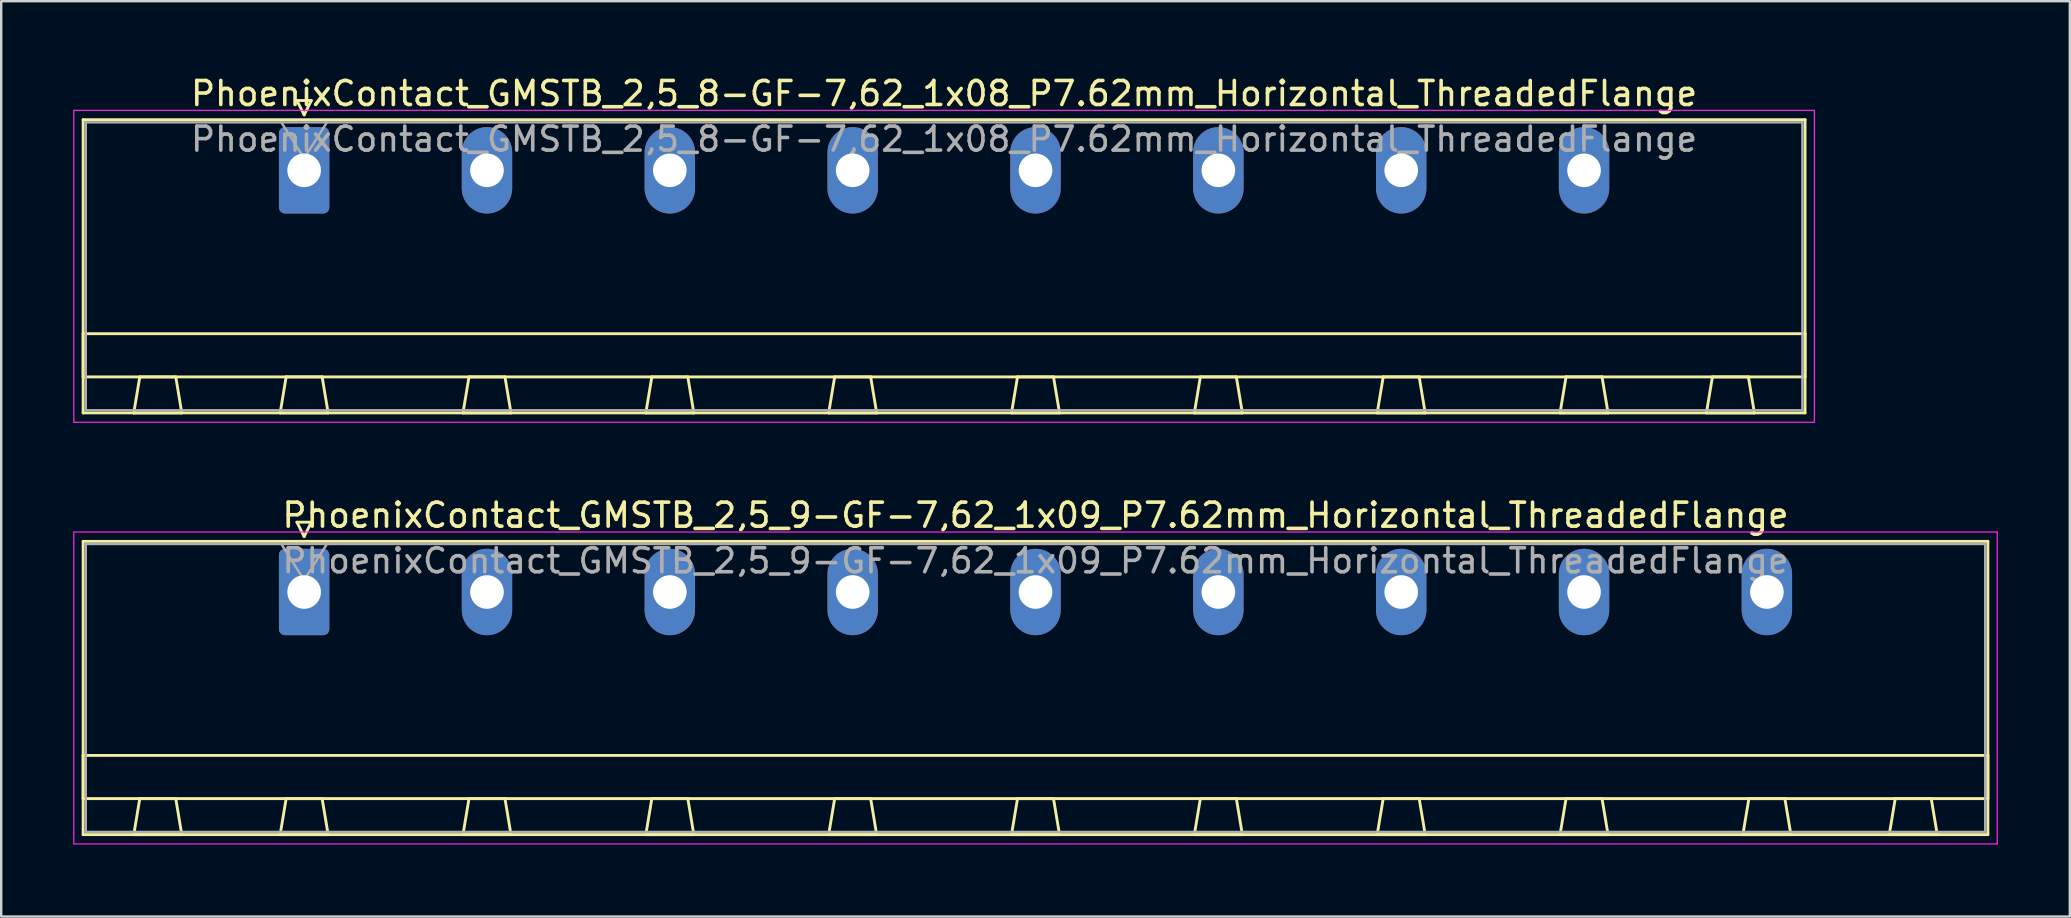
<source format=kicad_pcb>
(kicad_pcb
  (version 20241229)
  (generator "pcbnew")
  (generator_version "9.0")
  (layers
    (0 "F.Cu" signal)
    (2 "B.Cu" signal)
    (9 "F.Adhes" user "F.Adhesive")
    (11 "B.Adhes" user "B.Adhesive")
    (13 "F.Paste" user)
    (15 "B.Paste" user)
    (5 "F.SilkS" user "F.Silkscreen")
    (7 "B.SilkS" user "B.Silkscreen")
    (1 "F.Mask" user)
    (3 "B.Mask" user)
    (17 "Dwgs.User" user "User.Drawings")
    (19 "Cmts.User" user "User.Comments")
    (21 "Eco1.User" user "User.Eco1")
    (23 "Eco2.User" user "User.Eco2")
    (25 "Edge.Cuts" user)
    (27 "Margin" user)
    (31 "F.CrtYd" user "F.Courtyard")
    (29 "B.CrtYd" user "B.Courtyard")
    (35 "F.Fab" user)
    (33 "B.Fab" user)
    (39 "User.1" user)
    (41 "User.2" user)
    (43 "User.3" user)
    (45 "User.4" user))
  (footprint "PhoenixContact_GMSTB_2,5_8-GF-7,62_1x08_P7.62mm_Horizontal_ThreadedFlange"
    (layer "F.Cu")
    (at 9.625 4.048)
    (property "Reference" "PhoenixContact_GMSTB_2,5_8-GF-7,62_1x08_P7.62mm_Horizontal_ThreadedFlange" (at 26.67 -3.2 0) (layer "F.SilkS") (effects (font (size 1 1) (thickness 0.15))))
    (attr through_hole)
    (fp_line (start -9.21 -2.11) (end -9.21 10.11) (stroke (width 0.12) (type solid)) (layer "F.SilkS"))
    (fp_line (start -9.21 6.81) (end 62.55 6.81) (stroke (width 0.12) (type solid)) (layer "F.SilkS"))
    (fp_line (start -9.21 8.61) (end -9.21 6.81) (stroke (width 0.12) (type solid)) (layer "F.SilkS"))
    (fp_line (start -9.21 10.11) (end 62.55 10.11) (stroke (width 0.12) (type solid)) (layer "F.SilkS"))
    (fp_line (start -7.1 10.11) (end -5.1 10.11) (stroke (width 0.12) (type solid)) (layer "F.SilkS"))
    (fp_line (start -6.85 8.61) (end -7.1 10.11) (stroke (width 0.12) (type solid)) (layer "F.SilkS"))
    (fp_line (start -5.35 8.61) (end -6.85 8.61) (stroke (width 0.12) (type solid)) (layer "F.SilkS"))
    (fp_line (start -5.1 10.11) (end -5.35 8.61) (stroke (width 0.12) (type solid)) (layer "F.SilkS"))
    (fp_line (start -1 10.11) (end 1 10.11) (stroke (width 0.12) (type solid)) (layer "F.SilkS"))
    (fp_line (start -0.75 8.61) (end -1 10.11) (stroke (width 0.12) (type solid)) (layer "F.SilkS"))
    (fp_line (start -0.3 -2.91) (end 0.3 -2.91) (stroke (width 0.12) (type solid)) (layer "F.SilkS"))
    (fp_line (start 0 -2.31) (end -0.3 -2.91) (stroke (width 0.12) (type solid)) (layer "F.SilkS"))
    (fp_line (start 0.3 -2.91) (end 0 -2.31) (stroke (width 0.12) (type solid)) (layer "F.SilkS"))
    (fp_line (start 0.75 8.61) (end -0.75 8.61) (stroke (width 0.12) (type solid)) (layer "F.SilkS"))
    (fp_line (start 1 10.11) (end 0.75 8.61) (stroke (width 0.12) (type solid)) (layer "F.SilkS"))
    (fp_line (start 6.62 10.11) (end 8.62 10.11) (stroke (width 0.12) (type solid)) (layer "F.SilkS"))
    (fp_line (start 6.87 8.61) (end 6.62 10.11) (stroke (width 0.12) (type solid)) (layer "F.SilkS"))
    (fp_line (start 8.37 8.61) (end 6.87 8.61) (stroke (width 0.12) (type solid)) (layer "F.SilkS"))
    (fp_line (start 8.62 10.11) (end 8.37 8.61) (stroke (width 0.12) (type solid)) (layer "F.SilkS"))
    (fp_line (start 14.24 10.11) (end 16.24 10.11) (stroke (width 0.12) (type solid)) (layer "F.SilkS"))
    (fp_line (start 14.49 8.61) (end 14.24 10.11) (stroke (width 0.12) (type solid)) (layer "F.SilkS"))
    (fp_line (start 15.99 8.61) (end 14.49 8.61) (stroke (width 0.12) (type solid)) (layer "F.SilkS"))
    (fp_line (start 16.24 10.11) (end 15.99 8.61) (stroke (width 0.12) (type solid)) (layer "F.SilkS"))
    (fp_line (start 21.86 10.11) (end 23.86 10.11) (stroke (width 0.12) (type solid)) (layer "F.SilkS"))
    (fp_line (start 22.11 8.61) (end 21.86 10.11) (stroke (width 0.12) (type solid)) (layer "F.SilkS"))
    (fp_line (start 23.61 8.61) (end 22.11 8.61) (stroke (width 0.12) (type solid)) (layer "F.SilkS"))
    (fp_line (start 23.86 10.11) (end 23.61 8.61) (stroke (width 0.12) (type solid)) (layer "F.SilkS"))
    (fp_line (start 29.48 10.11) (end 31.48 10.11) (stroke (width 0.12) (type solid)) (layer "F.SilkS"))
    (fp_line (start 29.73 8.61) (end 29.48 10.11) (stroke (width 0.12) (type solid)) (layer "F.SilkS"))
    (fp_line (start 31.23 8.61) (end 29.73 8.61) (stroke (width 0.12) (type solid)) (layer "F.SilkS"))
    (fp_line (start 31.48 10.11) (end 31.23 8.61) (stroke (width 0.12) (type solid)) (layer "F.SilkS"))
    (fp_line (start 37.1 10.11) (end 39.1 10.11) (stroke (width 0.12) (type solid)) (layer "F.SilkS"))
    (fp_line (start 37.35 8.61) (end 37.1 10.11) (stroke (width 0.12) (type solid)) (layer "F.SilkS"))
    (fp_line (start 38.85 8.61) (end 37.35 8.61) (stroke (width 0.12) (type solid)) (layer "F.SilkS"))
    (fp_line (start 39.1 10.11) (end 38.85 8.61) (stroke (width 0.12) (type solid)) (layer "F.SilkS"))
    (fp_line (start 44.72 10.11) (end 46.72 10.11) (stroke (width 0.12) (type solid)) (layer "F.SilkS"))
    (fp_line (start 44.97 8.61) (end 44.72 10.11) (stroke (width 0.12) (type solid)) (layer "F.SilkS"))
    (fp_line (start 46.47 8.61) (end 44.97 8.61) (stroke (width 0.12) (type solid)) (layer "F.SilkS"))
    (fp_line (start 46.72 10.11) (end 46.47 8.61) (stroke (width 0.12) (type solid)) (layer "F.SilkS"))
    (fp_line (start 52.34 10.11) (end 54.34 10.11) (stroke (width 0.12) (type solid)) (layer "F.SilkS"))
    (fp_line (start 52.59 8.61) (end 52.34 10.11) (stroke (width 0.12) (type solid)) (layer "F.SilkS"))
    (fp_line (start 54.09 8.61) (end 52.59 8.61) (stroke (width 0.12) (type solid)) (layer "F.SilkS"))
    (fp_line (start 54.34 10.11) (end 54.09 8.61) (stroke (width 0.12) (type solid)) (layer "F.SilkS"))
    (fp_line (start 58.44 10.11) (end 60.44 10.11) (stroke (width 0.12) (type solid)) (layer "F.SilkS"))
    (fp_line (start 58.69 8.61) (end 58.44 10.11) (stroke (width 0.12) (type solid)) (layer "F.SilkS"))
    (fp_line (start 60.19 8.61) (end 58.69 8.61) (stroke (width 0.12) (type solid)) (layer "F.SilkS"))
    (fp_line (start 60.44 10.11) (end 60.19 8.61) (stroke (width 0.12) (type solid)) (layer "F.SilkS"))
    (fp_line (start 62.55 -2.11) (end -9.21 -2.11) (stroke (width 0.12) (type solid)) (layer "F.SilkS"))
    (fp_line (start 62.55 6.81) (end 62.55 8.61) (stroke (width 0.12) (type solid)) (layer "F.SilkS"))
    (fp_line (start 62.55 8.61) (end -9.21 8.61) (stroke (width 0.12) (type solid)) (layer "F.SilkS"))
    (fp_line (start 62.55 10.11) (end 62.55 -2.11) (stroke (width 0.12) (type solid)) (layer "F.SilkS"))
    (fp_line (start -9.6 -2.5) (end -9.6 10.5) (stroke (width 0.05) (type solid)) (layer "F.CrtYd"))
    (fp_line (start -9.6 10.5) (end 62.94 10.5) (stroke (width 0.05) (type solid)) (layer "F.CrtYd"))
    (fp_line (start 62.94 -2.5) (end -9.6 -2.5) (stroke (width 0.05) (type solid)) (layer "F.CrtYd"))
    (fp_line (start 62.94 10.5) (end 62.94 -2.5) (stroke (width 0.05) (type solid)) (layer "F.CrtYd"))
    (fp_line (start -9.1 -2) (end -9.1 10) (stroke (width 0.1) (type solid)) (layer "F.Fab"))
    (fp_line (start -9.1 10) (end 62.44 10) (stroke (width 0.1) (type solid)) (layer "F.Fab"))
    (fp_line (start 0 -0.5) (end -0.95 -2) (stroke (width 0.1) (type solid)) (layer "F.Fab"))
    (fp_line (start 0.95 -2) (end 0 -0.5) (stroke (width 0.1) (type solid)) (layer "F.Fab"))
    (fp_line (start 62.44 -2) (end -9.1 -2) (stroke (width 0.1) (type solid)) (layer "F.Fab"))
    (fp_line (start 62.44 10) (end 62.44 -2) (stroke (width 0.1) (type solid)) (layer "F.Fab"))
    (fp_text user "${REFERENCE}" (at 26.67 -1.3 0) (layer "F.Fab") (effects (font (size 1 1) (thickness 0.15))))
    (pad "1" thru_hole roundrect (at 0 0) (size 2.1 3.6) (drill 1.4) (layers "*.Cu" "*.Mask") (roundrect_rratio 0.119))
    (pad "2" thru_hole oval (at 7.62 0) (size 2.1 3.6) (drill 1.4) (layers "*.Cu" "*.Mask"))
    (pad "3" thru_hole oval (at 15.24 0) (size 2.1 3.6) (drill 1.4) (layers "*.Cu" "*.Mask"))
    (pad "4" thru_hole oval (at 22.86 0) (size 2.1 3.6) (drill 1.4) (layers "*.Cu" "*.Mask"))
    (pad "5" thru_hole oval (at 30.48 0) (size 2.1 3.6) (drill 1.4) (layers "*.Cu" "*.Mask"))
    (pad "6" thru_hole oval (at 38.1 0) (size 2.1 3.6) (drill 1.4) (layers "*.Cu" "*.Mask"))
    (pad "7" thru_hole oval (at 45.72 0) (size 2.1 3.6) (drill 1.4) (layers "*.Cu" "*.Mask"))
    (pad "8" thru_hole oval (at 53.34 0) (size 2.1 3.6) (drill 1.4) (layers "*.Cu" "*.Mask")))
  (footprint "PhoenixContact_GMSTB_2,5_9-GF-7,62_1x09_P7.62mm_Horizontal_ThreadedFlange"
    (layer "F.Cu")
    (at 9.625 21.622)
    (property "Reference" "PhoenixContact_GMSTB_2,5_9-GF-7,62_1x09_P7.62mm_Horizontal_ThreadedFlange" (at 30.48 -3.2 0) (layer "F.SilkS") (effects (font (size 1 1) (thickness 0.15))))
    (attr through_hole)
    (fp_line (start -9.21 -2.11) (end -9.21 10.11) (stroke (width 0.12) (type solid)) (layer "F.SilkS"))
    (fp_line (start -9.21 6.81) (end 70.17 6.81) (stroke (width 0.12) (type solid)) (layer "F.SilkS"))
    (fp_line (start -9.21 8.61) (end -9.21 6.81) (stroke (width 0.12) (type solid)) (layer "F.SilkS"))
    (fp_line (start -9.21 10.11) (end 70.17 10.11) (stroke (width 0.12) (type solid)) (layer "F.SilkS"))
    (fp_line (start -7.1 10.11) (end -5.1 10.11) (stroke (width 0.12) (type solid)) (layer "F.SilkS"))
    (fp_line (start -6.85 8.61) (end -7.1 10.11) (stroke (width 0.12) (type solid)) (layer "F.SilkS"))
    (fp_line (start -5.35 8.61) (end -6.85 8.61) (stroke (width 0.12) (type solid)) (layer "F.SilkS"))
    (fp_line (start -5.1 10.11) (end -5.35 8.61) (stroke (width 0.12) (type solid)) (layer "F.SilkS"))
    (fp_line (start -1 10.11) (end 1 10.11) (stroke (width 0.12) (type solid)) (layer "F.SilkS"))
    (fp_line (start -0.75 8.61) (end -1 10.11) (stroke (width 0.12) (type solid)) (layer "F.SilkS"))
    (fp_line (start -0.3 -2.91) (end 0.3 -2.91) (stroke (width 0.12) (type solid)) (layer "F.SilkS"))
    (fp_line (start 0 -2.31) (end -0.3 -2.91) (stroke (width 0.12) (type solid)) (layer "F.SilkS"))
    (fp_line (start 0.3 -2.91) (end 0 -2.31) (stroke (width 0.12) (type solid)) (layer "F.SilkS"))
    (fp_line (start 0.75 8.61) (end -0.75 8.61) (stroke (width 0.12) (type solid)) (layer "F.SilkS"))
    (fp_line (start 1 10.11) (end 0.75 8.61) (stroke (width 0.12) (type solid)) (layer "F.SilkS"))
    (fp_line (start 6.62 10.11) (end 8.62 10.11) (stroke (width 0.12) (type solid)) (layer "F.SilkS"))
    (fp_line (start 6.87 8.61) (end 6.62 10.11) (stroke (width 0.12) (type solid)) (layer "F.SilkS"))
    (fp_line (start 8.37 8.61) (end 6.87 8.61) (stroke (width 0.12) (type solid)) (layer "F.SilkS"))
    (fp_line (start 8.62 10.11) (end 8.37 8.61) (stroke (width 0.12) (type solid)) (layer "F.SilkS"))
    (fp_line (start 14.24 10.11) (end 16.24 10.11) (stroke (width 0.12) (type solid)) (layer "F.SilkS"))
    (fp_line (start 14.49 8.61) (end 14.24 10.11) (stroke (width 0.12) (type solid)) (layer "F.SilkS"))
    (fp_line (start 15.99 8.61) (end 14.49 8.61) (stroke (width 0.12) (type solid)) (layer "F.SilkS"))
    (fp_line (start 16.24 10.11) (end 15.99 8.61) (stroke (width 0.12) (type solid)) (layer "F.SilkS"))
    (fp_line (start 21.86 10.11) (end 23.86 10.11) (stroke (width 0.12) (type solid)) (layer "F.SilkS"))
    (fp_line (start 22.11 8.61) (end 21.86 10.11) (stroke (width 0.12) (type solid)) (layer "F.SilkS"))
    (fp_line (start 23.61 8.61) (end 22.11 8.61) (stroke (width 0.12) (type solid)) (layer "F.SilkS"))
    (fp_line (start 23.86 10.11) (end 23.61 8.61) (stroke (width 0.12) (type solid)) (layer "F.SilkS"))
    (fp_line (start 29.48 10.11) (end 31.48 10.11) (stroke (width 0.12) (type solid)) (layer "F.SilkS"))
    (fp_line (start 29.73 8.61) (end 29.48 10.11) (stroke (width 0.12) (type solid)) (layer "F.SilkS"))
    (fp_line (start 31.23 8.61) (end 29.73 8.61) (stroke (width 0.12) (type solid)) (layer "F.SilkS"))
    (fp_line (start 31.48 10.11) (end 31.23 8.61) (stroke (width 0.12) (type solid)) (layer "F.SilkS"))
    (fp_line (start 37.1 10.11) (end 39.1 10.11) (stroke (width 0.12) (type solid)) (layer "F.SilkS"))
    (fp_line (start 37.35 8.61) (end 37.1 10.11) (stroke (width 0.12) (type solid)) (layer "F.SilkS"))
    (fp_line (start 38.85 8.61) (end 37.35 8.61) (stroke (width 0.12) (type solid)) (layer "F.SilkS"))
    (fp_line (start 39.1 10.11) (end 38.85 8.61) (stroke (width 0.12) (type solid)) (layer "F.SilkS"))
    (fp_line (start 44.72 10.11) (end 46.72 10.11) (stroke (width 0.12) (type solid)) (layer "F.SilkS"))
    (fp_line (start 44.97 8.61) (end 44.72 10.11) (stroke (width 0.12) (type solid)) (layer "F.SilkS"))
    (fp_line (start 46.47 8.61) (end 44.97 8.61) (stroke (width 0.12) (type solid)) (layer "F.SilkS"))
    (fp_line (start 46.72 10.11) (end 46.47 8.61) (stroke (width 0.12) (type solid)) (layer "F.SilkS"))
    (fp_line (start 52.34 10.11) (end 54.34 10.11) (stroke (width 0.12) (type solid)) (layer "F.SilkS"))
    (fp_line (start 52.59 8.61) (end 52.34 10.11) (stroke (width 0.12) (type solid)) (layer "F.SilkS"))
    (fp_line (start 54.09 8.61) (end 52.59 8.61) (stroke (width 0.12) (type solid)) (layer "F.SilkS"))
    (fp_line (start 54.34 10.11) (end 54.09 8.61) (stroke (width 0.12) (type solid)) (layer "F.SilkS"))
    (fp_line (start 59.96 10.11) (end 61.96 10.11) (stroke (width 0.12) (type solid)) (layer "F.SilkS"))
    (fp_line (start 60.21 8.61) (end 59.96 10.11) (stroke (width 0.12) (type solid)) (layer "F.SilkS"))
    (fp_line (start 61.71 8.61) (end 60.21 8.61) (stroke (width 0.12) (type solid)) (layer "F.SilkS"))
    (fp_line (start 61.96 10.11) (end 61.71 8.61) (stroke (width 0.12) (type solid)) (layer "F.SilkS"))
    (fp_line (start 66.06 10.11) (end 68.06 10.11) (stroke (width 0.12) (type solid)) (layer "F.SilkS"))
    (fp_line (start 66.31 8.61) (end 66.06 10.11) (stroke (width 0.12) (type solid)) (layer "F.SilkS"))
    (fp_line (start 67.81 8.61) (end 66.31 8.61) (stroke (width 0.12) (type solid)) (layer "F.SilkS"))
    (fp_line (start 68.06 10.11) (end 67.81 8.61) (stroke (width 0.12) (type solid)) (layer "F.SilkS"))
    (fp_line (start 70.17 -2.11) (end -9.21 -2.11) (stroke (width 0.12) (type solid)) (layer "F.SilkS"))
    (fp_line (start 70.17 6.81) (end 70.17 8.61) (stroke (width 0.12) (type solid)) (layer "F.SilkS"))
    (fp_line (start 70.17 8.61) (end -9.21 8.61) (stroke (width 0.12) (type solid)) (layer "F.SilkS"))
    (fp_line (start 70.17 10.11) (end 70.17 -2.11) (stroke (width 0.12) (type solid)) (layer "F.SilkS"))
    (fp_line (start -9.6 -2.5) (end -9.6 10.5) (stroke (width 0.05) (type solid)) (layer "F.CrtYd"))
    (fp_line (start -9.6 10.5) (end 70.56 10.5) (stroke (width 0.05) (type solid)) (layer "F.CrtYd"))
    (fp_line (start 70.56 -2.5) (end -9.6 -2.5) (stroke (width 0.05) (type solid)) (layer "F.CrtYd"))
    (fp_line (start 70.56 10.5) (end 70.56 -2.5) (stroke (width 0.05) (type solid)) (layer "F.CrtYd"))
    (fp_line (start -9.1 -2) (end -9.1 10) (stroke (width 0.1) (type solid)) (layer "F.Fab"))
    (fp_line (start -9.1 10) (end 70.06 10) (stroke (width 0.1) (type solid)) (layer "F.Fab"))
    (fp_line (start 0 -0.5) (end -0.95 -2) (stroke (width 0.1) (type solid)) (layer "F.Fab"))
    (fp_line (start 0.95 -2) (end 0 -0.5) (stroke (width 0.1) (type solid)) (layer "F.Fab"))
    (fp_line (start 70.06 -2) (end -9.1 -2) (stroke (width 0.1) (type solid)) (layer "F.Fab"))
    (fp_line (start 70.06 10) (end 70.06 -2) (stroke (width 0.1) (type solid)) (layer "F.Fab"))
    (fp_text user "${REFERENCE}" (at 30.48 -1.3 0) (layer "F.Fab") (effects (font (size 1 1) (thickness 0.15))))
    (pad "1" thru_hole roundrect (at 0 0) (size 2.1 3.6) (drill 1.4) (layers "*.Cu" "*.Mask") (roundrect_rratio 0.119))
    (pad "2" thru_hole oval (at 7.62 0) (size 2.1 3.6) (drill 1.4) (layers "*.Cu" "*.Mask"))
    (pad "3" thru_hole oval (at 15.24 0) (size 2.1 3.6) (drill 1.4) (layers "*.Cu" "*.Mask"))
    (pad "4" thru_hole oval (at 22.86 0) (size 2.1 3.6) (drill 1.4) (layers "*.Cu" "*.Mask"))
    (pad "5" thru_hole oval (at 30.48 0) (size 2.1 3.6) (drill 1.4) (layers "*.Cu" "*.Mask"))
    (pad "6" thru_hole oval (at 38.1 0) (size 2.1 3.6) (drill 1.4) (layers "*.Cu" "*.Mask"))
    (pad "7" thru_hole oval (at 45.72 0) (size 2.1 3.6) (drill 1.4) (layers "*.Cu" "*.Mask"))
    (pad "8" thru_hole oval (at 53.34 0) (size 2.1 3.6) (drill 1.4) (layers "*.Cu" "*.Mask"))
    (pad "9" thru_hole oval (at 60.96 0) (size 2.1 3.6) (drill 1.4) (layers "*.Cu" "*.Mask")))
  (gr_rect
    (start -3 -3)
    (end 83.21 35.147)
    (stroke (width 0.1) (type default))
    (fill no)
    (layer "Edge.Cuts")))
</source>
